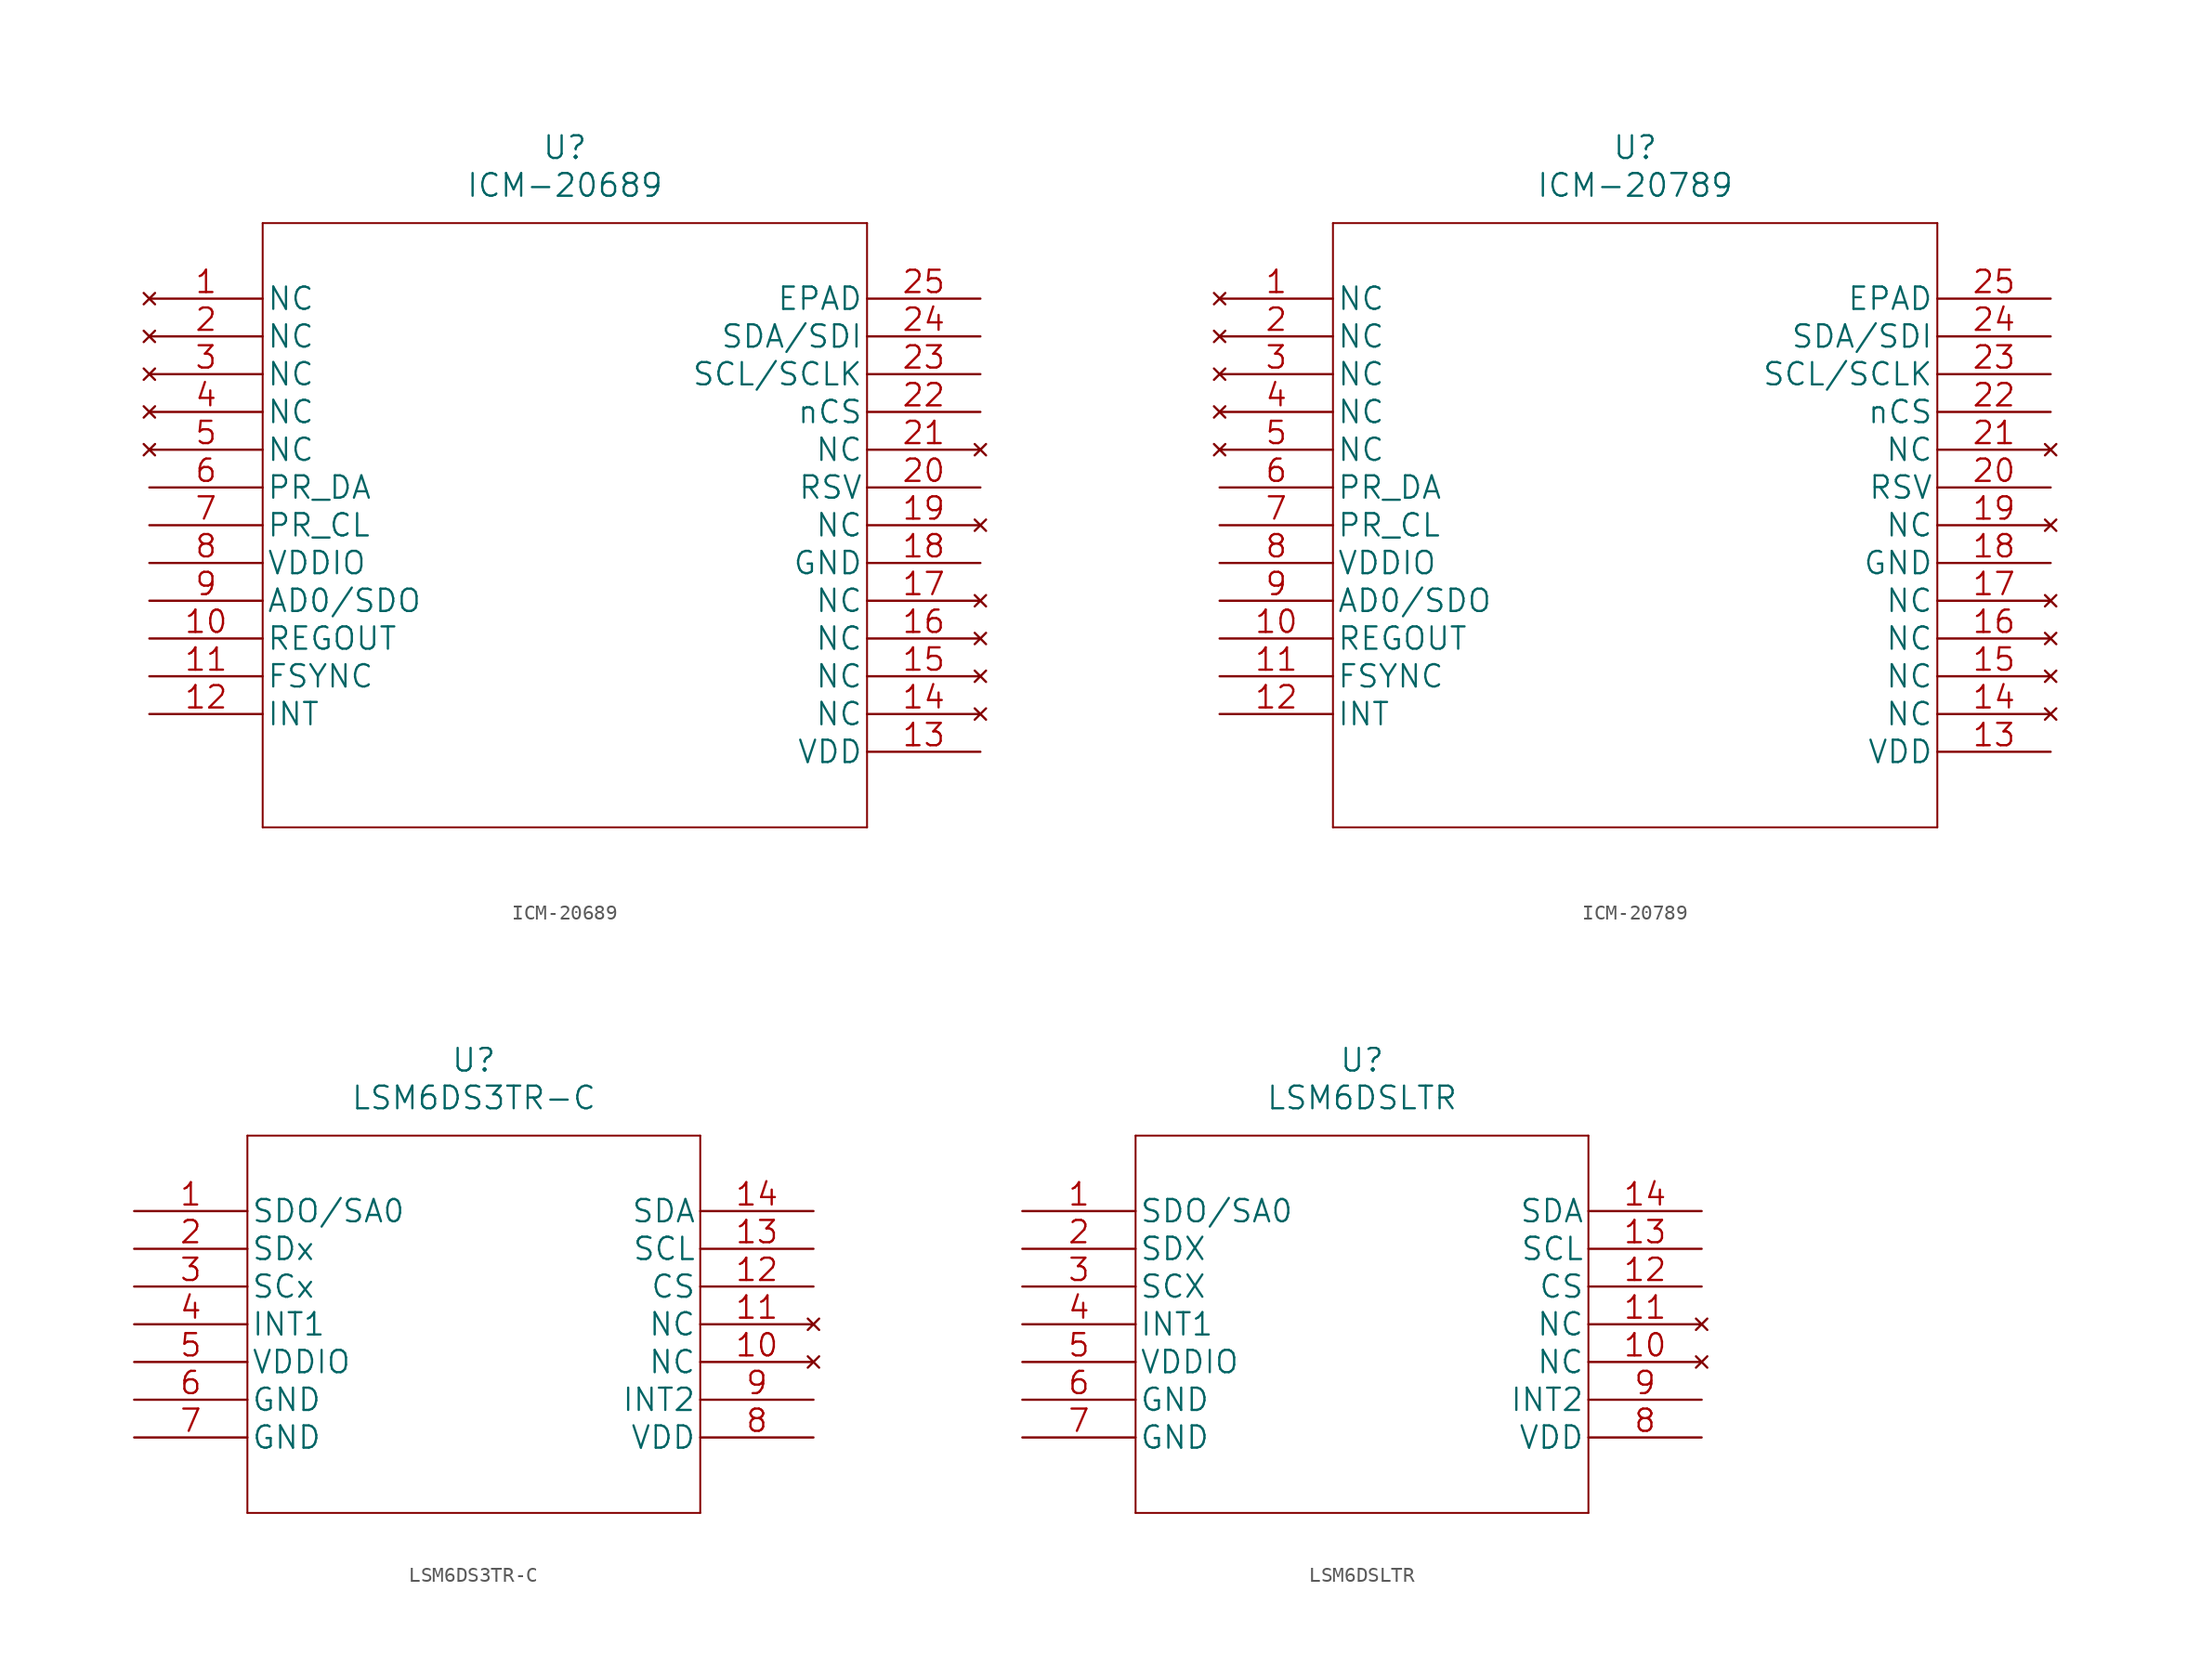
<source format=kicad_sym>
(kicad_symbol_lib
  (version 20211014)
  (generator kicad_symbol_editor)
  (symbol "ICM-20689"
    (pin_names
      (offset 0.254))
    (property "Reference" "U"
      (at 27.94 10.16 0)
      (effects (font (size 1.524 1.524))))
    (property "Value" "ICM-20689"
      (at 27.94 7.62 0)
      (effects (font (size 1.524 1.524))))
    (property "Datasheet" ""
      (at 0 0 0)
      (effects (font (size 1.524 1.524))))
    (symbol "ICM-20689_1_1"
      (polyline (pts (xy 7.62 -35.56) (xy 48.26 -35.56)) (stroke (width 0.127) (type default) (color 0 0 0 0)) (fill (type none)))
      (polyline (pts (xy 7.62 5.08) (xy 7.62 -35.56)) (stroke (width 0.127) (type default) (color 0 0 0 0)) (fill (type none)))
      (polyline (pts (xy 48.26 -35.56) (xy 48.26 5.08)) (stroke (width 0.127) (type default) (color 0 0 0 0)) (fill (type none)))
      (polyline (pts (xy 48.26 5.08) (xy 7.62 5.08)) (stroke (width 0.127) (type default) (color 0 0 0 0)) (fill (type none)))
      (pin no_connect line (at 0 0 0) (length 7.62) (name "NC" (effects (font (size 1.499 1.499)))) (number "1" (effects (font (size 1.499 1.499)))))
      (pin output line (at 0 -22.86 0) (length 7.62) (name "REGOUT" (effects (font (size 1.499 1.499)))) (number "10" (effects (font (size 1.499 1.499)))))
      (pin input line (at 0 -25.4 0) (length 7.62) (name "FSYNC" (effects (font (size 1.499 1.499)))) (number "11" (effects (font (size 1.499 1.499)))))
      (pin output line (at 0 -27.94 0) (length 7.62) (name "INT" (effects (font (size 1.499 1.499)))) (number "12" (effects (font (size 1.499 1.499)))))
      (pin power_in line (at 55.88 -30.48 180) (length 7.62) (name "VDD" (effects (font (size 1.499 1.499)))) (number "13" (effects (font (size 1.499 1.499)))))
      (pin no_connect line (at 55.88 -27.94 180) (length 7.62) (name "NC" (effects (font (size 1.499 1.499)))) (number "14" (effects (font (size 1.499 1.499)))))
      (pin no_connect line (at 55.88 -25.4 180) (length 7.62) (name "NC" (effects (font (size 1.499 1.499)))) (number "15" (effects (font (size 1.499 1.499)))))
      (pin no_connect line (at 55.88 -22.86 180) (length 7.62) (name "NC" (effects (font (size 1.499 1.499)))) (number "16" (effects (font (size 1.499 1.499)))))
      (pin no_connect line (at 55.88 -20.32 180) (length 7.62) (name "NC" (effects (font (size 1.499 1.499)))) (number "17" (effects (font (size 1.499 1.499)))))
      (pin power_in line (at 55.88 -17.78 180) (length 7.62) (name "GND" (effects (font (size 1.499 1.499)))) (number "18" (effects (font (size 1.499 1.499)))))
      (pin no_connect line (at 55.88 -15.24 180) (length 7.62) (name "NC" (effects (font (size 1.499 1.499)))) (number "19" (effects (font (size 1.499 1.499)))))
      (pin no_connect line (at 0 -2.54 0) (length 7.62) (name "NC" (effects (font (size 1.499 1.499)))) (number "2" (effects (font (size 1.499 1.499)))))
      (pin input line (at 55.88 -12.7 180) (length 7.62) (name "RSV" (effects (font (size 1.499 1.499)))) (number "20" (effects (font (size 1.499 1.499)))))
      (pin no_connect line (at 55.88 -10.16 180) (length 7.62) (name "NC" (effects (font (size 1.499 1.499)))) (number "21" (effects (font (size 1.499 1.499)))))
      (pin input line (at 55.88 -7.62 180) (length 7.62) (name "nCS" (effects (font (size 1.499 1.499)))) (number "22" (effects (font (size 1.499 1.499)))))
      (pin input line (at 55.88 -5.08 180) (length 7.62) (name "SCL/SCLK" (effects (font (size 1.499 1.499)))) (number "23" (effects (font (size 1.499 1.499)))))
      (pin bidirectional line (at 55.88 -2.54 180) (length 7.62) (name "SDA/SDI" (effects (font (size 1.499 1.499)))) (number "24" (effects (font (size 1.499 1.499)))))
      (pin unspecified line (at 55.88 0 180) (length 7.62) (name "EPAD" (effects (font (size 1.499 1.499)))) (number "25" (effects (font (size 1.499 1.499)))))
      (pin no_connect line (at 0 -5.08 0) (length 7.62) (name "NC" (effects (font (size 1.499 1.499)))) (number "3" (effects (font (size 1.499 1.499)))))
      (pin no_connect line (at 0 -7.62 0) (length 7.62) (name "NC" (effects (font (size 1.499 1.499)))) (number "4" (effects (font (size 1.499 1.499)))))
      (pin no_connect line (at 0 -10.16 0) (length 7.62) (name "NC" (effects (font (size 1.499 1.499)))) (number "5" (effects (font (size 1.499 1.499)))))
      (pin input line (at 0 -12.7 0) (length 7.62) (name "PR_DA" (effects (font (size 1.499 1.499)))) (number "6" (effects (font (size 1.499 1.499)))))
      (pin input line (at 0 -15.24 0) (length 7.62) (name "PR_CL" (effects (font (size 1.499 1.499)))) (number "7" (effects (font (size 1.499 1.499)))))
      (pin power_in line (at 0 -17.78 0) (length 7.62) (name "VDDIO" (effects (font (size 1.499 1.499)))) (number "8" (effects (font (size 1.499 1.499)))))
      (pin bidirectional line (at 0 -20.32 0) (length 7.62) (name "AD0/SDO" (effects (font (size 1.499 1.499)))) (number "9" (effects (font (size 1.499 1.499)))))))
  (symbol "ICM-20789"
    (pin_names
      (offset 0.254))
    (property "Reference" "U"
      (at 27.94 10.16 0)
      (effects (font (size 1.524 1.524))))
    (property "Value" "ICM-20789"
      (at 27.94 7.62 0)
      (effects (font (size 1.524 1.524))))
    (property "Datasheet" ""
      (at 0 0 0)
      (effects (font (size 1.524 1.524))))
    (symbol "ICM-20789_1_1"
      (polyline (pts (xy 7.62 -35.56) (xy 48.26 -35.56)) (stroke (width 0.127) (type default) (color 0 0 0 0)) (fill (type none)))
      (polyline (pts (xy 7.62 5.08) (xy 7.62 -35.56)) (stroke (width 0.127) (type default) (color 0 0 0 0)) (fill (type none)))
      (polyline (pts (xy 48.26 -35.56) (xy 48.26 5.08)) (stroke (width 0.127) (type default) (color 0 0 0 0)) (fill (type none)))
      (polyline (pts (xy 48.26 5.08) (xy 7.62 5.08)) (stroke (width 0.127) (type default) (color 0 0 0 0)) (fill (type none)))
      (pin no_connect line (at 0 0 0) (length 7.62) (name "NC" (effects (font (size 1.499 1.499)))) (number "1" (effects (font (size 1.499 1.499)))))
      (pin output line (at 0 -22.86 0) (length 7.62) (name "REGOUT" (effects (font (size 1.499 1.499)))) (number "10" (effects (font (size 1.499 1.499)))))
      (pin input line (at 0 -25.4 0) (length 7.62) (name "FSYNC" (effects (font (size 1.499 1.499)))) (number "11" (effects (font (size 1.499 1.499)))))
      (pin output line (at 0 -27.94 0) (length 7.62) (name "INT" (effects (font (size 1.499 1.499)))) (number "12" (effects (font (size 1.499 1.499)))))
      (pin power_in line (at 55.88 -30.48 180) (length 7.62) (name "VDD" (effects (font (size 1.499 1.499)))) (number "13" (effects (font (size 1.499 1.499)))))
      (pin no_connect line (at 55.88 -27.94 180) (length 7.62) (name "NC" (effects (font (size 1.499 1.499)))) (number "14" (effects (font (size 1.499 1.499)))))
      (pin no_connect line (at 55.88 -25.4 180) (length 7.62) (name "NC" (effects (font (size 1.499 1.499)))) (number "15" (effects (font (size 1.499 1.499)))))
      (pin no_connect line (at 55.88 -22.86 180) (length 7.62) (name "NC" (effects (font (size 1.499 1.499)))) (number "16" (effects (font (size 1.499 1.499)))))
      (pin no_connect line (at 55.88 -20.32 180) (length 7.62) (name "NC" (effects (font (size 1.499 1.499)))) (number "17" (effects (font (size 1.499 1.499)))))
      (pin power_in line (at 55.88 -17.78 180) (length 7.62) (name "GND" (effects (font (size 1.499 1.499)))) (number "18" (effects (font (size 1.499 1.499)))))
      (pin no_connect line (at 55.88 -15.24 180) (length 7.62) (name "NC" (effects (font (size 1.499 1.499)))) (number "19" (effects (font (size 1.499 1.499)))))
      (pin no_connect line (at 0 -2.54 0) (length 7.62) (name "NC" (effects (font (size 1.499 1.499)))) (number "2" (effects (font (size 1.499 1.499)))))
      (pin input line (at 55.88 -12.7 180) (length 7.62) (name "RSV" (effects (font (size 1.499 1.499)))) (number "20" (effects (font (size 1.499 1.499)))))
      (pin no_connect line (at 55.88 -10.16 180) (length 7.62) (name "NC" (effects (font (size 1.499 1.499)))) (number "21" (effects (font (size 1.499 1.499)))))
      (pin input line (at 55.88 -7.62 180) (length 7.62) (name "nCS" (effects (font (size 1.499 1.499)))) (number "22" (effects (font (size 1.499 1.499)))))
      (pin input line (at 55.88 -5.08 180) (length 7.62) (name "SCL/SCLK" (effects (font (size 1.499 1.499)))) (number "23" (effects (font (size 1.499 1.499)))))
      (pin bidirectional line (at 55.88 -2.54 180) (length 7.62) (name "SDA/SDI" (effects (font (size 1.499 1.499)))) (number "24" (effects (font (size 1.499 1.499)))))
      (pin unspecified line (at 55.88 0 180) (length 7.62) (name "EPAD" (effects (font (size 1.499 1.499)))) (number "25" (effects (font (size 1.499 1.499)))))
      (pin no_connect line (at 0 -5.08 0) (length 7.62) (name "NC" (effects (font (size 1.499 1.499)))) (number "3" (effects (font (size 1.499 1.499)))))
      (pin no_connect line (at 0 -7.62 0) (length 7.62) (name "NC" (effects (font (size 1.499 1.499)))) (number "4" (effects (font (size 1.499 1.499)))))
      (pin no_connect line (at 0 -10.16 0) (length 7.62) (name "NC" (effects (font (size 1.499 1.499)))) (number "5" (effects (font (size 1.499 1.499)))))
      (pin input line (at 0 -12.7 0) (length 7.62) (name "PR_DA" (effects (font (size 1.499 1.499)))) (number "6" (effects (font (size 1.499 1.499)))))
      (pin input line (at 0 -15.24 0) (length 7.62) (name "PR_CL" (effects (font (size 1.499 1.499)))) (number "7" (effects (font (size 1.499 1.499)))))
      (pin power_in line (at 0 -17.78 0) (length 7.62) (name "VDDIO" (effects (font (size 1.499 1.499)))) (number "8" (effects (font (size 1.499 1.499)))))
      (pin bidirectional line (at 0 -20.32 0) (length 7.62) (name "AD0/SDO" (effects (font (size 1.499 1.499)))) (number "9" (effects (font (size 1.499 1.499)))))))
  (symbol "LSM6DS3TR-C"
    (pin_names
      (offset 0.254))
    (property "Reference" "U"
      (at 22.86 10.16 0)
      (effects (font (size 1.524 1.524))))
    (property "Value" "LSM6DS3TR-C"
      (at 22.86 7.62 0)
      (effects (font (size 1.524 1.524))))
    (symbol "LSM6DS3TR-C_1_1"
      (polyline (pts (xy 7.62 -20.32) (xy 38.1 -20.32)) (stroke (width 0.127) (type default) (color 0 0 0 0)) (fill (type none)))
      (polyline (pts (xy 7.62 5.08) (xy 7.62 -20.32)) (stroke (width 0.127) (type default) (color 0 0 0 0)) (fill (type none)))
      (polyline (pts (xy 38.1 -20.32) (xy 38.1 5.08)) (stroke (width 0.127) (type default) (color 0 0 0 0)) (fill (type none)))
      (polyline (pts (xy 38.1 5.08) (xy 7.62 5.08)) (stroke (width 0.127) (type default) (color 0 0 0 0)) (fill (type none)))
      (pin unspecified line (at 0 0 0) (length 7.62) (name "SDO/SA0" (effects (font (size 1.499 1.499)))) (number "1" (effects (font (size 1.499 1.499)))))
      (pin no_connect line (at 45.72 -10.16 180) (length 7.62) (name "NC" (effects (font (size 1.499 1.499)))) (number "10" (effects (font (size 1.499 1.499)))))
      (pin no_connect line (at 45.72 -7.62 180) (length 7.62) (name "NC" (effects (font (size 1.499 1.499)))) (number "11" (effects (font (size 1.499 1.499)))))
      (pin unspecified line (at 45.72 -5.08 180) (length 7.62) (name "CS" (effects (font (size 1.499 1.499)))) (number "12" (effects (font (size 1.499 1.499)))))
      (pin unspecified line (at 45.72 -2.54 180) (length 7.62) (name "SCL" (effects (font (size 1.499 1.499)))) (number "13" (effects (font (size 1.499 1.499)))))
      (pin unspecified line (at 45.72 0 180) (length 7.62) (name "SDA" (effects (font (size 1.499 1.499)))) (number "14" (effects (font (size 1.499 1.499)))))
      (pin unspecified line (at 0 -2.54 0) (length 7.62) (name "SDx" (effects (font (size 1.499 1.499)))) (number "2" (effects (font (size 1.499 1.499)))))
      (pin unspecified line (at 0 -5.08 0) (length 7.62) (name "SCx" (effects (font (size 1.499 1.499)))) (number "3" (effects (font (size 1.499 1.499)))))
      (pin input line (at 0 -7.62 0) (length 7.62) (name "INT1" (effects (font (size 1.499 1.499)))) (number "4" (effects (font (size 1.499 1.499)))))
      (pin power_in line (at 0 -10.16 0) (length 7.62) (name "VDDIO" (effects (font (size 1.499 1.499)))) (number "5" (effects (font (size 1.499 1.499)))))
      (pin power_in line (at 0 -12.7 0) (length 7.62) (name "GND" (effects (font (size 1.499 1.499)))) (number "6" (effects (font (size 1.499 1.499)))))
      (pin power_in line (at 0 -15.24 0) (length 7.62) (name "GND" (effects (font (size 1.499 1.499)))) (number "7" (effects (font (size 1.499 1.499)))))
      (pin power_in line (at 45.72 -15.24 180) (length 7.62) (name "VDD" (effects (font (size 1.499 1.499)))) (number "8" (effects (font (size 1.499 1.499)))))
      (pin input line (at 45.72 -12.7 180) (length 7.62) (name "INT2" (effects (font (size 1.499 1.499)))) (number "9" (effects (font (size 1.499 1.499)))))))
  (symbol "LSM6DSLTR"
    (pin_names
      (offset 0.254))
    (property "Reference" "U"
      (at 22.86 10.16 0)
      (effects (font (size 1.524 1.524))))
    (property "Value" "LSM6DSLTR"
      (at 22.86 7.62 0)
      (effects (font (size 1.524 1.524))))
    (property "Datasheet" ""
      (at 0 0 0)
      (effects (font (size 1.524 1.524))))
    (symbol "LSM6DSLTR_1_1"
      (polyline (pts (xy 7.62 -20.32) (xy 38.1 -20.32)) (stroke (width 0.127) (type default) (color 0 0 0 0)) (fill (type none)))
      (polyline (pts (xy 7.62 5.08) (xy 7.62 -20.32)) (stroke (width 0.127) (type default) (color 0 0 0 0)) (fill (type none)))
      (polyline (pts (xy 38.1 -20.32) (xy 38.1 5.08)) (stroke (width 0.127) (type default) (color 0 0 0 0)) (fill (type none)))
      (polyline (pts (xy 38.1 5.08) (xy 7.62 5.08)) (stroke (width 0.127) (type default) (color 0 0 0 0)) (fill (type none)))
      (pin output line (at 0 0 0) (length 7.62) (name "SDO/SA0" (effects (font (size 1.499 1.499)))) (number "1" (effects (font (size 1.499 1.499)))))
      (pin no_connect line (at 45.72 -10.16 180) (length 7.62) (name "NC" (effects (font (size 1.499 1.499)))) (number "10" (effects (font (size 1.499 1.499)))))
      (pin no_connect line (at 45.72 -7.62 180) (length 7.62) (name "NC" (effects (font (size 1.499 1.499)))) (number "11" (effects (font (size 1.499 1.499)))))
      (pin unspecified line (at 45.72 -5.08 180) (length 7.62) (name "CS" (effects (font (size 1.499 1.499)))) (number "12" (effects (font (size 1.499 1.499)))))
      (pin unspecified line (at 45.72 -2.54 180) (length 7.62) (name "SCL" (effects (font (size 1.499 1.499)))) (number "13" (effects (font (size 1.499 1.499)))))
      (pin bidirectional line (at 45.72 0 180) (length 7.62) (name "SDA" (effects (font (size 1.499 1.499)))) (number "14" (effects (font (size 1.499 1.499)))))
      (pin unspecified line (at 0 -2.54 0) (length 7.62) (name "SDX" (effects (font (size 1.499 1.499)))) (number "2" (effects (font (size 1.499 1.499)))))
      (pin unspecified line (at 0 -5.08 0) (length 7.62) (name "SCX" (effects (font (size 1.499 1.499)))) (number "3" (effects (font (size 1.499 1.499)))))
      (pin unspecified line (at 0 -7.62 0) (length 7.62) (name "INT1" (effects (font (size 1.499 1.499)))) (number "4" (effects (font (size 1.499 1.499)))))
      (pin power_in line (at 0 -10.16 0) (length 7.62) (name "VDDIO" (effects (font (size 1.499 1.499)))) (number "5" (effects (font (size 1.499 1.499)))))
      (pin power_in line (at 0 -12.7 0) (length 7.62) (name "GND" (effects (font (size 1.499 1.499)))) (number "6" (effects (font (size 1.499 1.499)))))
      (pin power_in line (at 0 -15.24 0) (length 7.62) (name "GND" (effects (font (size 1.499 1.499)))) (number "7" (effects (font (size 1.499 1.499)))))
      (pin power_in line (at 45.72 -15.24 180) (length 7.62) (name "VDD" (effects (font (size 1.499 1.499)))) (number "8" (effects (font (size 1.499 1.499)))))
      (pin unspecified line (at 45.72 -12.7 180) (length 7.62) (name "INT2" (effects (font (size 1.499 1.499)))) (number "9" (effects (font (size 1.499 1.499))))))))
</source>
